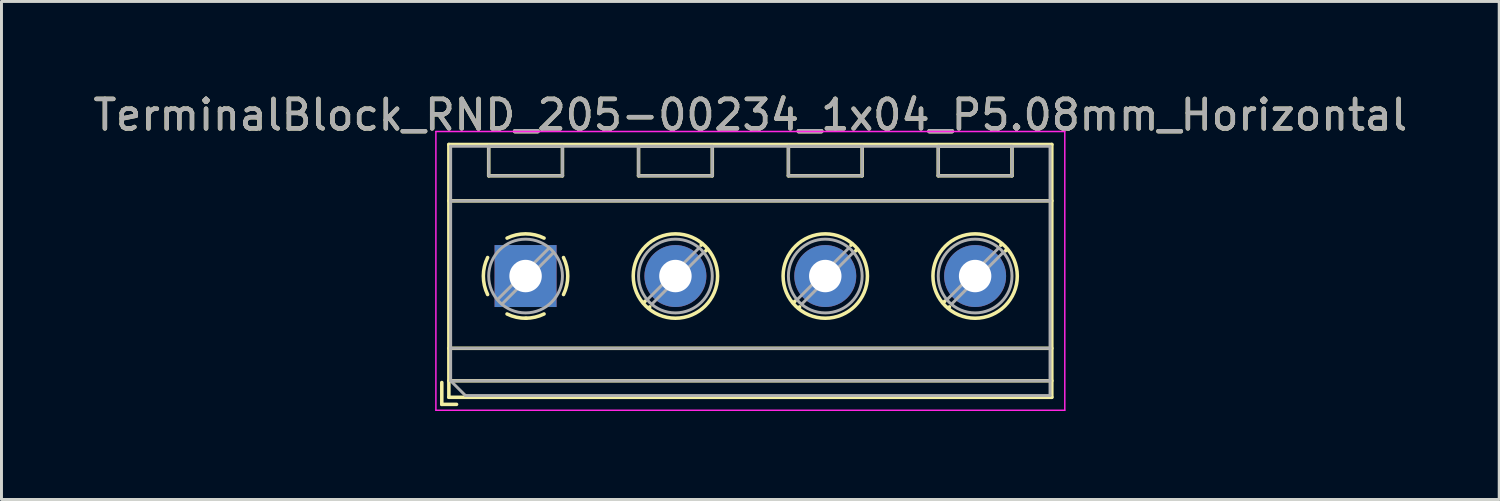
<source format=kicad_pcb>
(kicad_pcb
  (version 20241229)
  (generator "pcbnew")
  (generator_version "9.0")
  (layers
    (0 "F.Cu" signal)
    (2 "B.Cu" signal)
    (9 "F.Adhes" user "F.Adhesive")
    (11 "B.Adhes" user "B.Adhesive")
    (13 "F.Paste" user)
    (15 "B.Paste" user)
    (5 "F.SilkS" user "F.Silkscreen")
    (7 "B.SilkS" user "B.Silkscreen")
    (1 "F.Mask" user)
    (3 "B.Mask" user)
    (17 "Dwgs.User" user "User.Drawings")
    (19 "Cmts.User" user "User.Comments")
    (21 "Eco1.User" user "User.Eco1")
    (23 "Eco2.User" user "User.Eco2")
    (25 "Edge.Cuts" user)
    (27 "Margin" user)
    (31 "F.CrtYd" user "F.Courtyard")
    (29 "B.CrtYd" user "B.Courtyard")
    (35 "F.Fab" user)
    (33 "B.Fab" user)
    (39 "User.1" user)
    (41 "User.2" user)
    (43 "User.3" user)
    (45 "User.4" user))
  (footprint "TerminalBlock_RND_205-00234_1x04_P5.08mm_Horizontal"
    (layer "F.Cu")
    (at 14.767 6.308)
    (property "Reference" "TerminalBlock_RND_205-00234_1x04_P5.08mm_Horizontal" (at 7.62 -5.46 0) (layer "F.SilkS") (effects (font (size 1 1) (thickness 0.15))))
    (attr through_hole)
    (fp_line (start -2.84 3.61) (end -2.84 4.35) (stroke (width 0.12) (type solid)) (layer "F.SilkS"))
    (fp_line (start -2.84 4.35) (end -2.34 4.35) (stroke (width 0.12) (type solid)) (layer "F.SilkS"))
    (fp_line (start -2.6 -4.46) (end -2.6 4.11) (stroke (width 0.12) (type solid)) (layer "F.SilkS"))
    (fp_line (start -2.6 -4.46) (end 17.84 -4.46) (stroke (width 0.12) (type solid)) (layer "F.SilkS"))
    (fp_line (start -2.6 -2.55) (end 17.84 -2.55) (stroke (width 0.12) (type solid)) (layer "F.SilkS"))
    (fp_line (start -2.6 2.45) (end 17.84 2.45) (stroke (width 0.12) (type solid)) (layer "F.SilkS"))
    (fp_line (start -2.6 3.55) (end 17.84 3.55) (stroke (width 0.12) (type solid)) (layer "F.SilkS"))
    (fp_line (start -2.6 4.11) (end 17.84 4.11) (stroke (width 0.12) (type solid)) (layer "F.SilkS"))
    (fp_line (start -1.25 -4.4) (end -1.25 -3.4) (stroke (width 0.12) (type solid)) (layer "F.SilkS"))
    (fp_line (start -1.25 -4.4) (end 1.25 -4.4) (stroke (width 0.12) (type solid)) (layer "F.SilkS"))
    (fp_line (start -1.25 -3.4) (end 1.25 -3.4) (stroke (width 0.12) (type solid)) (layer "F.SilkS"))
    (fp_line (start 1.25 -4.4) (end 1.25 -3.4) (stroke (width 0.12) (type solid)) (layer "F.SilkS"))
    (fp_line (start 3.83 -4.4) (end 3.83 -3.4) (stroke (width 0.12) (type solid)) (layer "F.SilkS"))
    (fp_line (start 3.83 -4.4) (end 6.33 -4.4) (stroke (width 0.12) (type solid)) (layer "F.SilkS"))
    (fp_line (start 3.83 -3.4) (end 6.33 -3.4) (stroke (width 0.12) (type solid)) (layer "F.SilkS"))
    (fp_line (start 4.056 0.85) (end 3.996 0.91) (stroke (width 0.12) (type solid)) (layer "F.SilkS"))
    (fp_line (start 4.21 1.045) (end 4.17 1.085) (stroke (width 0.12) (type solid)) (layer "F.SilkS"))
    (fp_line (start 5.991 -1.085) (end 5.951 -1.045) (stroke (width 0.12) (type solid)) (layer "F.SilkS"))
    (fp_line (start 6.165 -0.91) (end 6.105 -0.851) (stroke (width 0.12) (type solid)) (layer "F.SilkS"))
    (fp_line (start 6.33 -4.4) (end 6.33 -3.4) (stroke (width 0.12) (type solid)) (layer "F.SilkS"))
    (fp_line (start 8.91 -4.4) (end 8.91 -3.4) (stroke (width 0.12) (type solid)) (layer "F.SilkS"))
    (fp_line (start 8.91 -4.4) (end 11.41 -4.4) (stroke (width 0.12) (type solid)) (layer "F.SilkS"))
    (fp_line (start 8.91 -3.4) (end 11.41 -3.4) (stroke (width 0.12) (type solid)) (layer "F.SilkS"))
    (fp_line (start 9.136 0.85) (end 9.076 0.91) (stroke (width 0.12) (type solid)) (layer "F.SilkS"))
    (fp_line (start 9.29 1.045) (end 9.25 1.085) (stroke (width 0.12) (type solid)) (layer "F.SilkS"))
    (fp_line (start 11.071 -1.085) (end 11.031 -1.045) (stroke (width 0.12) (type solid)) (layer "F.SilkS"))
    (fp_line (start 11.245 -0.91) (end 11.185 -0.851) (stroke (width 0.12) (type solid)) (layer "F.SilkS"))
    (fp_line (start 11.41 -4.4) (end 11.41 -3.4) (stroke (width 0.12) (type solid)) (layer "F.SilkS"))
    (fp_line (start 13.99 -4.4) (end 13.99 -3.4) (stroke (width 0.12) (type solid)) (layer "F.SilkS"))
    (fp_line (start 13.99 -4.4) (end 16.49 -4.4) (stroke (width 0.12) (type solid)) (layer "F.SilkS"))
    (fp_line (start 13.99 -3.4) (end 16.49 -3.4) (stroke (width 0.12) (type solid)) (layer "F.SilkS"))
    (fp_line (start 14.216 0.85) (end 14.156 0.91) (stroke (width 0.12) (type solid)) (layer "F.SilkS"))
    (fp_line (start 14.37 1.045) (end 14.33 1.085) (stroke (width 0.12) (type solid)) (layer "F.SilkS"))
    (fp_line (start 16.151 -1.085) (end 16.111 -1.045) (stroke (width 0.12) (type solid)) (layer "F.SilkS"))
    (fp_line (start 16.325 -0.91) (end 16.265 -0.851) (stroke (width 0.12) (type solid)) (layer "F.SilkS"))
    (fp_line (start 16.49 -4.4) (end 16.49 -3.4) (stroke (width 0.12) (type solid)) (layer "F.SilkS"))
    (fp_line (start 17.84 -4.46) (end 17.84 4.11) (stroke (width 0.12) (type solid)) (layer "F.SilkS"))
    (fp_arc (start -1.286611 0.626746) (mid -1.431146 -0.000697) (end -1.286 -0.628) (stroke (width 0.12) (type solid)) (layer "F.SilkS"))
    (fp_arc (start -0.627362 -1.285823) (mid -0.000201 -1.430707) (end 0.627 -1.286) (stroke (width 0.12) (type solid)) (layer "F.SilkS"))
    (fp_arc (start 0.02428 1.43094) (mid -0.310437 1.397071) (end -0.628 1.286) (stroke (width 0.12) (type solid)) (layer "F.SilkS"))
    (fp_arc (start 0.626871 1.285275) (mid 0.32168 1.393349) (end 0 1.43) (stroke (width 0.12) (type solid)) (layer "F.SilkS"))
    (fp_arc (start 1.285823 -0.627362) (mid 1.430707 -0.000201) (end 1.286 0.627) (stroke (width 0.12) (type solid)) (layer "F.SilkS"))
    (fp_circle (center 5.08 0) (end 6.51 0) (stroke (width 0.12) (type solid)) (fill no) (layer "F.SilkS"))
    (fp_circle (center 10.16 0) (end 11.59 0) (stroke (width 0.12) (type solid)) (fill no) (layer "F.SilkS"))
    (fp_circle (center 15.24 0) (end 16.67 0) (stroke (width 0.12) (type solid)) (fill no) (layer "F.SilkS"))
    (fp_line (start -3.04 -4.9) (end -3.04 4.55) (stroke (width 0.05) (type solid)) (layer "F.CrtYd"))
    (fp_line (start -3.04 4.55) (end 18.28 4.55) (stroke (width 0.05) (type solid)) (layer "F.CrtYd"))
    (fp_line (start 18.28 -4.9) (end -3.04 -4.9) (stroke (width 0.05) (type solid)) (layer "F.CrtYd"))
    (fp_line (start 18.28 4.55) (end 18.28 -4.9) (stroke (width 0.05) (type solid)) (layer "F.CrtYd"))
    (fp_line (start -2.54 -4.4) (end 17.78 -4.4) (stroke (width 0.1) (type solid)) (layer "F.Fab"))
    (fp_line (start -2.54 -2.55) (end 17.78 -2.55) (stroke (width 0.1) (type solid)) (layer "F.Fab"))
    (fp_line (start -2.54 2.45) (end 17.78 2.45) (stroke (width 0.1) (type solid)) (layer "F.Fab"))
    (fp_line (start -2.54 3.55) (end -2.54 -4.4) (stroke (width 0.1) (type solid)) (layer "F.Fab"))
    (fp_line (start -2.54 3.55) (end 17.78 3.55) (stroke (width 0.1) (type solid)) (layer "F.Fab"))
    (fp_line (start -2.04 4.05) (end -2.54 3.55) (stroke (width 0.1) (type solid)) (layer "F.Fab"))
    (fp_line (start -1.25 -4.4) (end -1.25 -3.4) (stroke (width 0.1) (type solid)) (layer "F.Fab"))
    (fp_line (start -1.25 -3.4) (end 1.25 -3.4) (stroke (width 0.1) (type solid)) (layer "F.Fab"))
    (fp_line (start 0.796 -0.948) (end -0.949 0.796) (stroke (width 0.1) (type solid)) (layer "F.Fab"))
    (fp_line (start 0.949 -0.796) (end -0.796 0.948) (stroke (width 0.1) (type solid)) (layer "F.Fab"))
    (fp_line (start 1.25 -4.4) (end -1.25 -4.4) (stroke (width 0.1) (type solid)) (layer "F.Fab"))
    (fp_line (start 1.25 -3.4) (end 1.25 -4.4) (stroke (width 0.1) (type solid)) (layer "F.Fab"))
    (fp_line (start 3.83 -4.4) (end 3.83 -3.4) (stroke (width 0.1) (type solid)) (layer "F.Fab"))
    (fp_line (start 3.83 -3.4) (end 6.33 -3.4) (stroke (width 0.1) (type solid)) (layer "F.Fab"))
    (fp_line (start 5.876 -0.948) (end 4.132 0.796) (stroke (width 0.1) (type solid)) (layer "F.Fab"))
    (fp_line (start 6.029 -0.796) (end 4.285 0.948) (stroke (width 0.1) (type solid)) (layer "F.Fab"))
    (fp_line (start 6.33 -4.4) (end 3.83 -4.4) (stroke (width 0.1) (type solid)) (layer "F.Fab"))
    (fp_line (start 6.33 -3.4) (end 6.33 -4.4) (stroke (width 0.1) (type solid)) (layer "F.Fab"))
    (fp_line (start 8.91 -4.4) (end 8.91 -3.4) (stroke (width 0.1) (type solid)) (layer "F.Fab"))
    (fp_line (start 8.91 -3.4) (end 11.41 -3.4) (stroke (width 0.1) (type solid)) (layer "F.Fab"))
    (fp_line (start 10.956 -0.948) (end 9.212 0.796) (stroke (width 0.1) (type solid)) (layer "F.Fab"))
    (fp_line (start 11.109 -0.796) (end 9.365 0.948) (stroke (width 0.1) (type solid)) (layer "F.Fab"))
    (fp_line (start 11.41 -4.4) (end 8.91 -4.4) (stroke (width 0.1) (type solid)) (layer "F.Fab"))
    (fp_line (start 11.41 -3.4) (end 11.41 -4.4) (stroke (width 0.1) (type solid)) (layer "F.Fab"))
    (fp_line (start 13.99 -4.4) (end 13.99 -3.4) (stroke (width 0.1) (type solid)) (layer "F.Fab"))
    (fp_line (start 13.99 -3.4) (end 16.49 -3.4) (stroke (width 0.1) (type solid)) (layer "F.Fab"))
    (fp_line (start 16.036 -0.948) (end 14.292 0.796) (stroke (width 0.1) (type solid)) (layer "F.Fab"))
    (fp_line (start 16.189 -0.796) (end 14.445 0.948) (stroke (width 0.1) (type solid)) (layer "F.Fab"))
    (fp_line (start 16.49 -4.4) (end 13.99 -4.4) (stroke (width 0.1) (type solid)) (layer "F.Fab"))
    (fp_line (start 16.49 -3.4) (end 16.49 -4.4) (stroke (width 0.1) (type solid)) (layer "F.Fab"))
    (fp_line (start 17.78 -4.4) (end 17.78 4.05) (stroke (width 0.1) (type solid)) (layer "F.Fab"))
    (fp_line (start 17.78 4.05) (end -2.04 4.05) (stroke (width 0.1) (type solid)) (layer "F.Fab"))
    (fp_circle (center 0 0) (end 1.25 0) (stroke (width 0.1) (type solid)) (fill no) (layer "F.Fab"))
    (fp_circle (center 5.08 0) (end 6.33 0) (stroke (width 0.1) (type solid)) (fill no) (layer "F.Fab"))
    (fp_circle (center 10.16 0) (end 11.41 0) (stroke (width 0.1) (type solid)) (fill no) (layer "F.Fab"))
    (fp_circle (center 15.24 0) (end 16.49 0) (stroke (width 0.1) (type solid)) (fill no) (layer "F.Fab"))
    (fp_text user "${REFERENCE}" (at 7.62 -5.46 0) (layer "F.Fab") (effects (font (size 1 1) (thickness 0.15))))
    (pad "1" thru_hole rect (at 0 0) (size 2.1 2.1) (drill 1.1) (layers "*.Cu" "*.Mask"))
    (pad "2" thru_hole circle (at 5.08 0) (size 2.1 2.1) (drill 1.1) (layers "*.Cu" "*.Mask"))
    (pad "3" thru_hole circle (at 10.16 0) (size 2.1 2.1) (drill 1.1) (layers "*.Cu" "*.Mask"))
    (pad "4" thru_hole circle (at 15.24 0) (size 2.1 2.1) (drill 1.1) (layers "*.Cu" "*.Mask")))
  (gr_rect
    (start -3 -3)
    (end 47.774 13.883)
    (stroke (width 0.1) (type default))
    (fill no)
    (layer "Edge.Cuts")))
</source>
